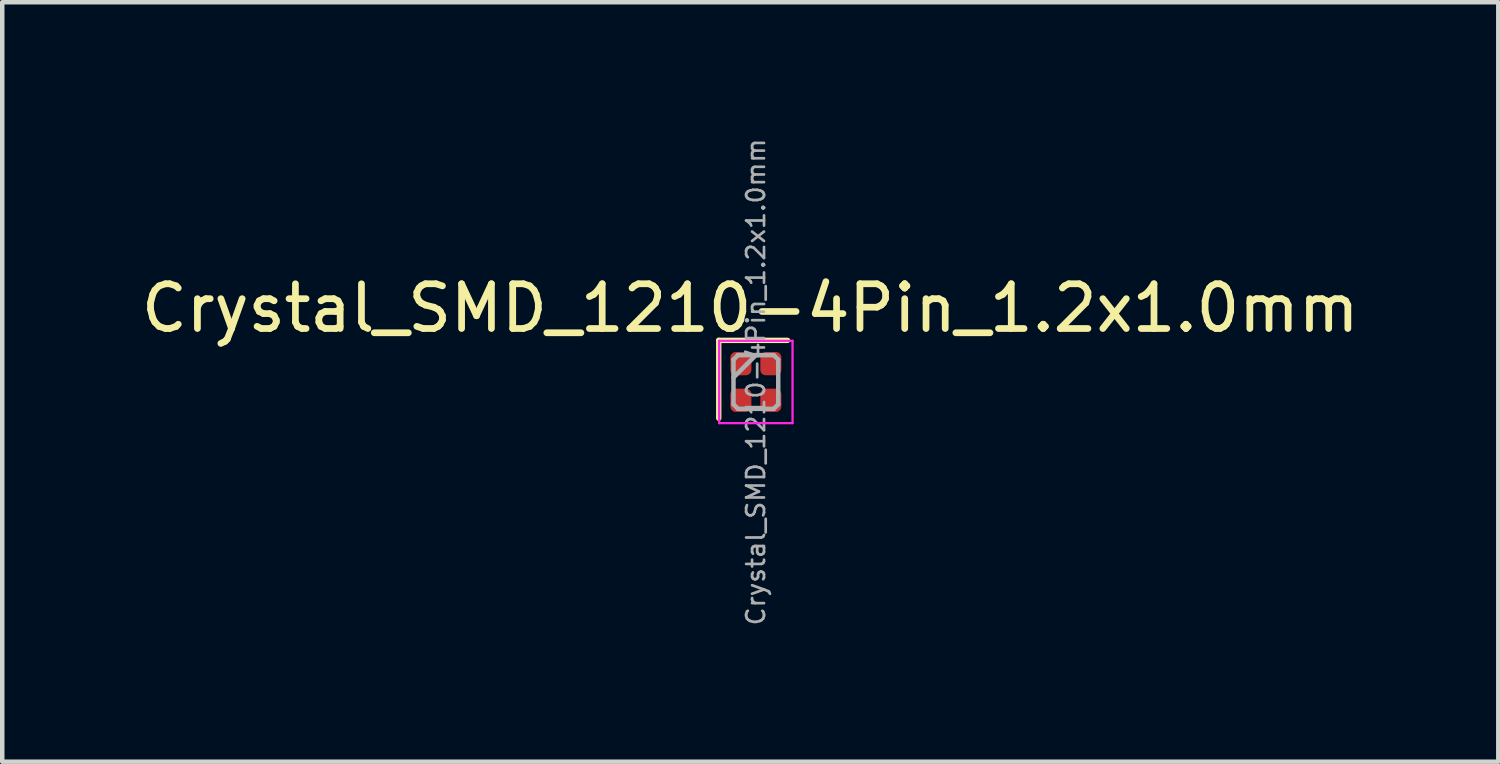
<source format=kicad_pcb>
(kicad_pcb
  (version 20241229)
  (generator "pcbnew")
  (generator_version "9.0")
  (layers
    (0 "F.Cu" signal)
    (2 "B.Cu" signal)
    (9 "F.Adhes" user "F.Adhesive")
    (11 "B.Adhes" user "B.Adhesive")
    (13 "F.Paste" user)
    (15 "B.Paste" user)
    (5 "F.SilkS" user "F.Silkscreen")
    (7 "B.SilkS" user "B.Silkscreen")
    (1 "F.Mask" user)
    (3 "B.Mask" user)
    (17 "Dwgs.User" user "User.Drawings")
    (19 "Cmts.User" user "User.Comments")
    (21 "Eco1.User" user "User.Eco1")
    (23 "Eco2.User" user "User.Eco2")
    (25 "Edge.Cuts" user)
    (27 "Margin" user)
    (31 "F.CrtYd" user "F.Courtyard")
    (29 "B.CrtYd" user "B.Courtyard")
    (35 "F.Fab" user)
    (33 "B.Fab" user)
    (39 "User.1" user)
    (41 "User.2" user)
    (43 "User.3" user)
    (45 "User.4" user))
  (footprint "Crystal_SMD_1210-4Pin_1.2x1.0mm"
    (layer "F.Cu")
    (at 13.845 5.488)
    (property "Reference" "Crystal_SMD_1210-4Pin_1.2x1.0mm" (at -0.125 -1.65 0) (layer "F.SilkS") (effects (font (size 1 1) (thickness 0.15))))
    (attr smd)
    (fp_line (start -0.83 -0.93) (end -0.83 0.81) (stroke (width 0.12) (type solid)) (layer "F.SilkS"))
    (fp_line (start 0.71 -0.93) (end -0.83 -0.93) (stroke (width 0.12) (type solid)) (layer "F.SilkS"))
    (fp_line (start -0.82 -0.92) (end -0.82 0.92) (stroke (width 0.05) (type solid)) (layer "F.CrtYd"))
    (fp_line (start -0.82 0.92) (end 0.82 0.92) (stroke (width 0.05) (type solid)) (layer "F.CrtYd"))
    (fp_line (start 0.82 -0.92) (end -0.82 -0.92) (stroke (width 0.05) (type solid)) (layer "F.CrtYd"))
    (fp_line (start 0.82 0.92) (end 0.82 -0.92) (stroke (width 0.05) (type solid)) (layer "F.CrtYd"))
    (fp_line (start -0.5 -0.5) (end -0.4 -0.6) (stroke (width 0.1) (type solid)) (layer "F.Fab"))
    (fp_line (start -0.5 0.5) (end -0.5 -0.5) (stroke (width 0.1) (type solid)) (layer "F.Fab"))
    (fp_line (start -0.4 -0.6) (end 0.4 -0.6) (stroke (width 0.1) (type solid)) (layer "F.Fab"))
    (fp_line (start -0.4 0.6) (end -0.5 0.5) (stroke (width 0.1) (type solid)) (layer "F.Fab"))
    (fp_line (start 0 -0.6) (end -0.5 -0.1) (stroke (width 0.1) (type solid)) (layer "F.Fab"))
    (fp_line (start 0.4 -0.6) (end 0.5 -0.5) (stroke (width 0.1) (type solid)) (layer "F.Fab"))
    (fp_line (start 0.4 0.6) (end -0.4 0.6) (stroke (width 0.1) (type solid)) (layer "F.Fab"))
    (fp_line (start 0.5 -0.5) (end 0.5 0.5) (stroke (width 0.1) (type solid)) (layer "F.Fab"))
    (fp_line (start 0.5 0.5) (end 0.4 0.6) (stroke (width 0.1) (type solid)) (layer "F.Fab"))
    (fp_text user "${REFERENCE}" (at 0 0 90) (layer "F.Fab") (effects (font (size 0.4 0.4) (thickness 0.06))))
    (pad "1" smd roundrect (at -0.335 -0.41 270) (size 0.52 0.47) (layers "F.Cu" "F.Mask" "F.Paste") (roundrect_rratio 0.25))
    (pad "2" smd roundrect (at -0.335 0.41 270) (size 0.52 0.47) (layers "F.Cu" "F.Mask" "F.Paste") (roundrect_rratio 0.25))
    (pad "3" smd roundrect (at 0.335 0.41 270) (size 0.52 0.47) (layers "F.Cu" "F.Mask" "F.Paste") (roundrect_rratio 0.25))
    (pad "4" smd roundrect (at 0.335 -0.41 270) (size 0.52 0.47) (layers "F.Cu" "F.Mask" "F.Paste") (roundrect_rratio 0.25)))
  (gr_rect
    (start -3 -3)
    (end 30.44 13.976)
    (stroke (width 0.1) (type default))
    (fill no)
    (layer "Edge.Cuts")))
</source>
